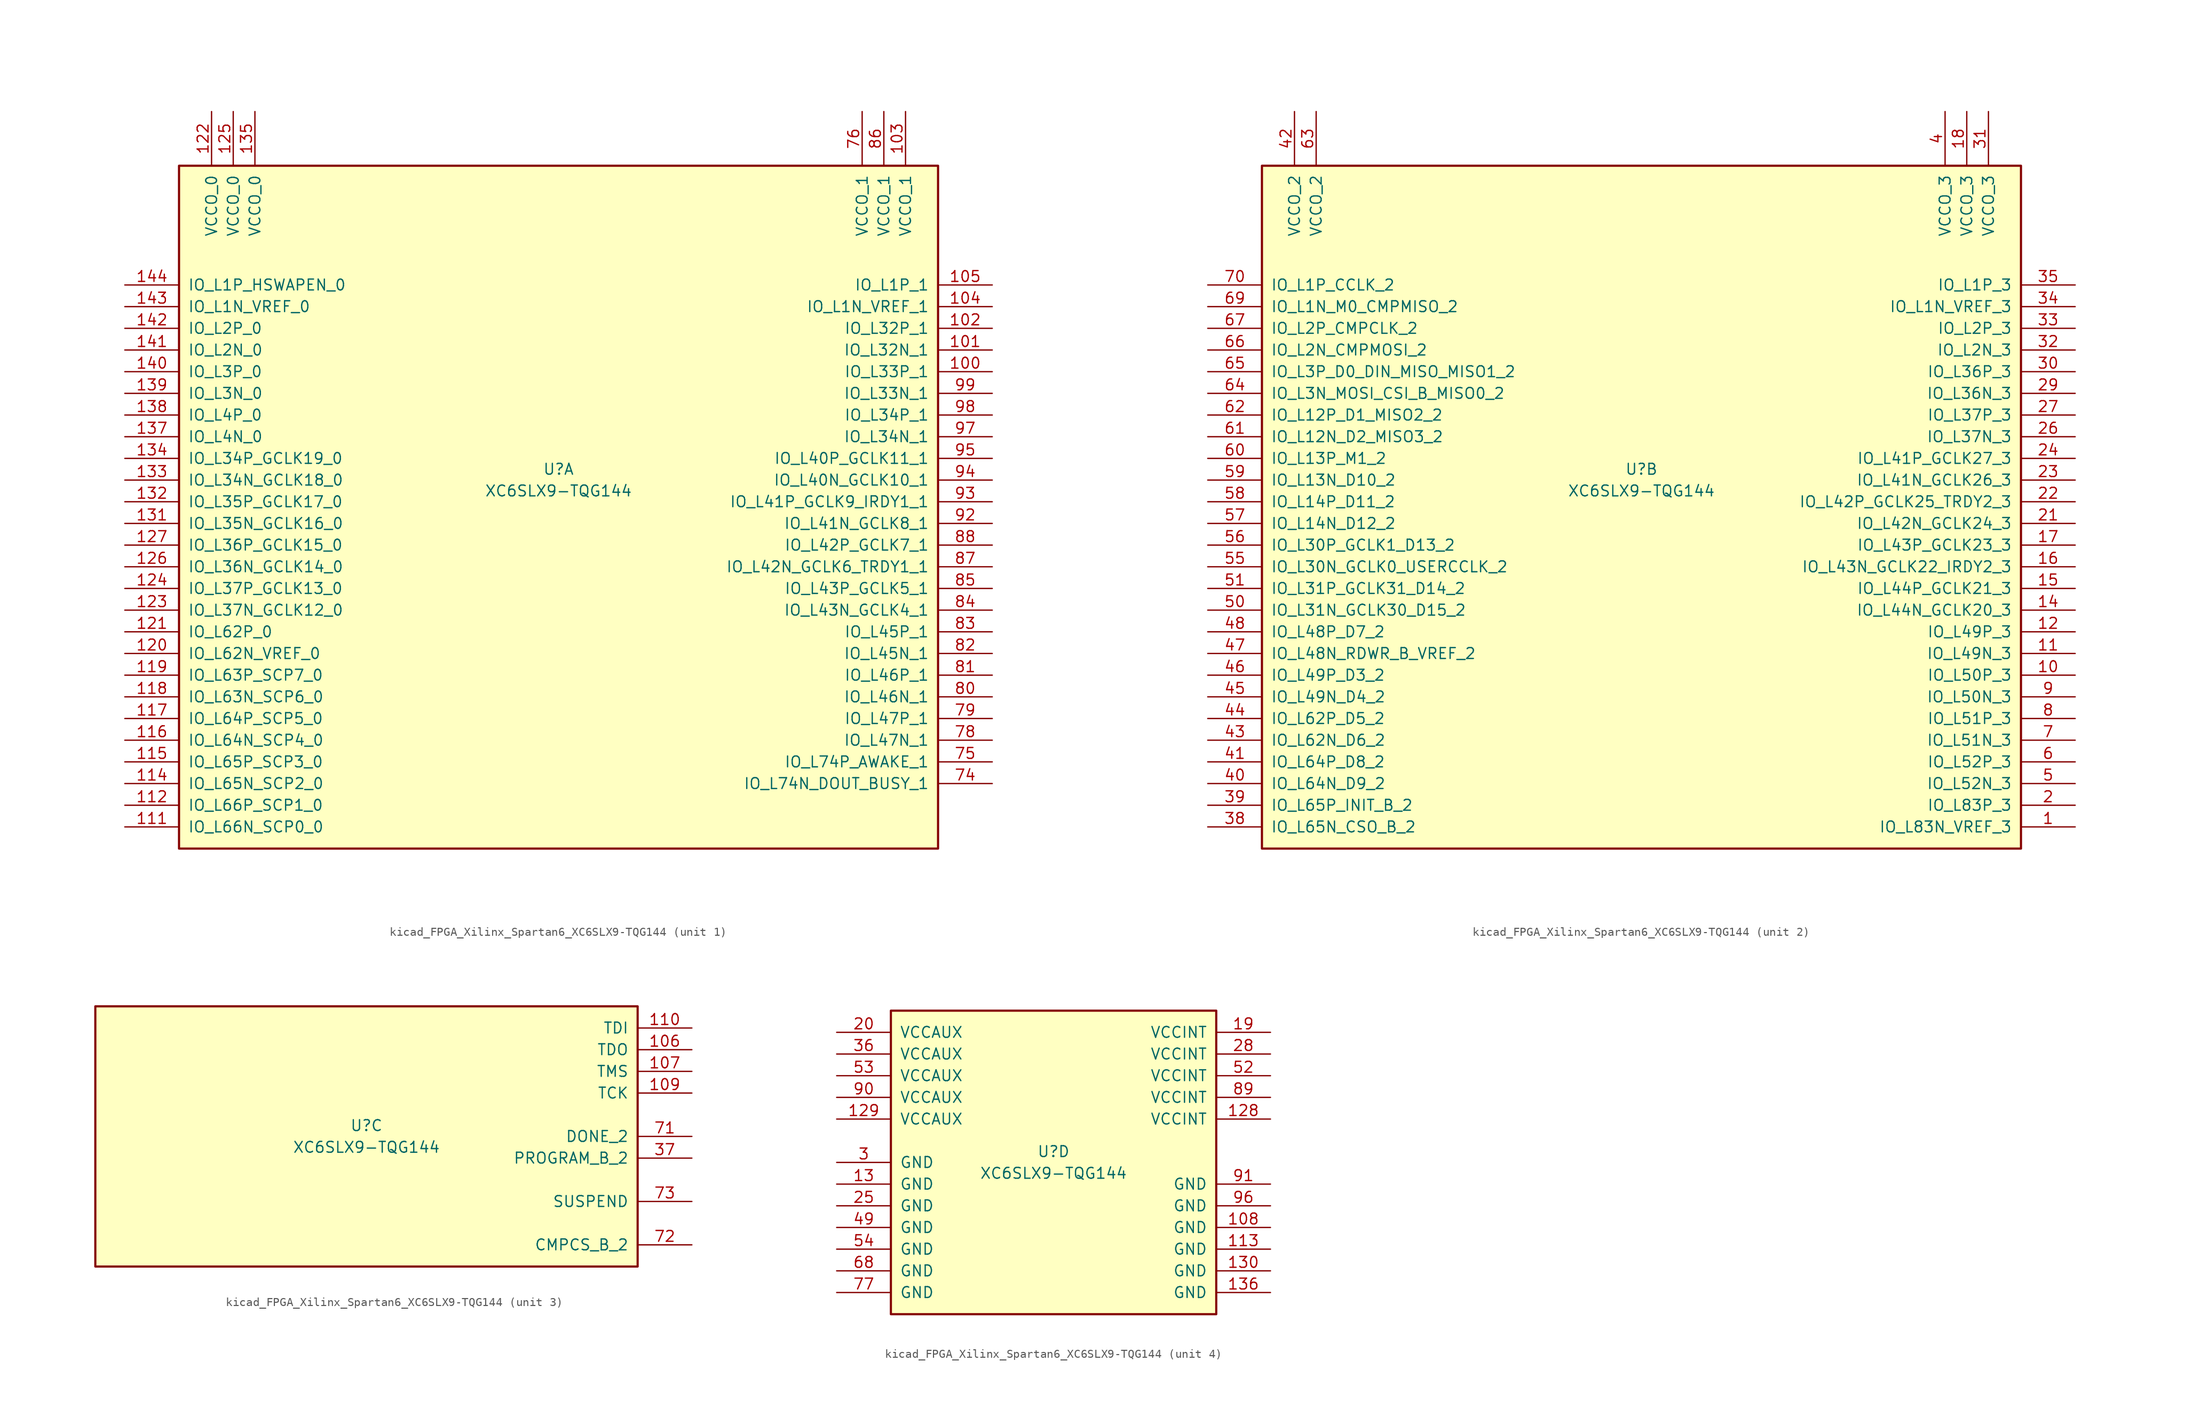
<source format=kicad_sym>
(kicad_symbol_lib
  (version 20220914)
  (generator kicad_symbol_editor)
  (symbol "kicad_FPGA_Xilinx_Spartan6_XC6SLX9-TQG144"
    (pin_names
      (offset 1.016))
    (property "Reference" "U"
      (at 0 1.27 0)
      (effects (font (size 1.27 1.27))))
    (property "Value" "XC6SLX9-TQG144"
      (at 0 -1.27 0)
      (effects (font (size 1.27 1.27))))
    (property "Datasheet" ""
      (at 0 0 0)
      (effects (font (size 1.27 1.27))))
    (property "ki_locked" ""
      (at 0 0 0)
      (effects (font (size 1.27 1.27))))
    (symbol "kicad_FPGA_Xilinx_Spartan6_XC6SLX9-TQG144_1_1"
      (rectangle (start -44.45 36.83) (end 44.45 -43.18) (stroke (width 0.254) (type default)) (fill (type background)))
      (pin bidirectional line (at 50.8 12.7 180) (length 6.35) (name "IO_L33P_1" (effects (font (size 1.27 1.27)))) (number "100" (effects (font (size 1.27 1.27)))))
      (pin bidirectional line (at 50.8 15.24 180) (length 6.35) (name "IO_L32N_1" (effects (font (size 1.27 1.27)))) (number "101" (effects (font (size 1.27 1.27)))))
      (pin bidirectional line (at 50.8 17.78 180) (length 6.35) (name "IO_L32P_1" (effects (font (size 1.27 1.27)))) (number "102" (effects (font (size 1.27 1.27)))))
      (pin power_in line (at 40.64 43.18 270) (length 6.35) (name "VCCO_1" (effects (font (size 1.27 1.27)))) (number "103" (effects (font (size 1.27 1.27)))))
      (pin bidirectional line (at 50.8 20.32 180) (length 6.35) (name "IO_L1N_VREF_1" (effects (font (size 1.27 1.27)))) (number "104" (effects (font (size 1.27 1.27)))))
      (pin bidirectional line (at 50.8 22.86 180) (length 6.35) (name "IO_L1P_1" (effects (font (size 1.27 1.27)))) (number "105" (effects (font (size 1.27 1.27)))))
      (pin bidirectional line (at -50.8 -40.64 0) (length 6.35) (name "IO_L66N_SCP0_0" (effects (font (size 1.27 1.27)))) (number "111" (effects (font (size 1.27 1.27)))))
      (pin bidirectional line (at -50.8 -38.1 0) (length 6.35) (name "IO_L66P_SCP1_0" (effects (font (size 1.27 1.27)))) (number "112" (effects (font (size 1.27 1.27)))))
      (pin bidirectional line (at -50.8 -35.56 0) (length 6.35) (name "IO_L65N_SCP2_0" (effects (font (size 1.27 1.27)))) (number "114" (effects (font (size 1.27 1.27)))))
      (pin bidirectional line (at -50.8 -33.02 0) (length 6.35) (name "IO_L65P_SCP3_0" (effects (font (size 1.27 1.27)))) (number "115" (effects (font (size 1.27 1.27)))))
      (pin bidirectional line (at -50.8 -30.48 0) (length 6.35) (name "IO_L64N_SCP4_0" (effects (font (size 1.27 1.27)))) (number "116" (effects (font (size 1.27 1.27)))))
      (pin bidirectional line (at -50.8 -27.94 0) (length 6.35) (name "IO_L64P_SCP5_0" (effects (font (size 1.27 1.27)))) (number "117" (effects (font (size 1.27 1.27)))))
      (pin bidirectional line (at -50.8 -25.4 0) (length 6.35) (name "IO_L63N_SCP6_0" (effects (font (size 1.27 1.27)))) (number "118" (effects (font (size 1.27 1.27)))))
      (pin bidirectional line (at -50.8 -22.86 0) (length 6.35) (name "IO_L63P_SCP7_0" (effects (font (size 1.27 1.27)))) (number "119" (effects (font (size 1.27 1.27)))))
      (pin bidirectional line (at -50.8 -20.32 0) (length 6.35) (name "IO_L62N_VREF_0" (effects (font (size 1.27 1.27)))) (number "120" (effects (font (size 1.27 1.27)))))
      (pin bidirectional line (at -50.8 -17.78 0) (length 6.35) (name "IO_L62P_0" (effects (font (size 1.27 1.27)))) (number "121" (effects (font (size 1.27 1.27)))))
      (pin power_in line (at -40.64 43.18 270) (length 6.35) (name "VCCO_0" (effects (font (size 1.27 1.27)))) (number "122" (effects (font (size 1.27 1.27)))))
      (pin bidirectional line (at -50.8 -15.24 0) (length 6.35) (name "IO_L37N_GCLK12_0" (effects (font (size 1.27 1.27)))) (number "123" (effects (font (size 1.27 1.27)))))
      (pin bidirectional line (at -50.8 -12.7 0) (length 6.35) (name "IO_L37P_GCLK13_0" (effects (font (size 1.27 1.27)))) (number "124" (effects (font (size 1.27 1.27)))))
      (pin power_in line (at -38.1 43.18 270) (length 6.35) (name "VCCO_0" (effects (font (size 1.27 1.27)))) (number "125" (effects (font (size 1.27 1.27)))))
      (pin bidirectional line (at -50.8 -10.16 0) (length 6.35) (name "IO_L36N_GCLK14_0" (effects (font (size 1.27 1.27)))) (number "126" (effects (font (size 1.27 1.27)))))
      (pin bidirectional line (at -50.8 -7.62 0) (length 6.35) (name "IO_L36P_GCLK15_0" (effects (font (size 1.27 1.27)))) (number "127" (effects (font (size 1.27 1.27)))))
      (pin bidirectional line (at -50.8 -5.08 0) (length 6.35) (name "IO_L35N_GCLK16_0" (effects (font (size 1.27 1.27)))) (number "131" (effects (font (size 1.27 1.27)))))
      (pin bidirectional line (at -50.8 -2.54 0) (length 6.35) (name "IO_L35P_GCLK17_0" (effects (font (size 1.27 1.27)))) (number "132" (effects (font (size 1.27 1.27)))))
      (pin bidirectional line (at -50.8 0 0) (length 6.35) (name "IO_L34N_GCLK18_0" (effects (font (size 1.27 1.27)))) (number "133" (effects (font (size 1.27 1.27)))))
      (pin bidirectional line (at -50.8 2.54 0) (length 6.35) (name "IO_L34P_GCLK19_0" (effects (font (size 1.27 1.27)))) (number "134" (effects (font (size 1.27 1.27)))))
      (pin power_in line (at -35.56 43.18 270) (length 6.35) (name "VCCO_0" (effects (font (size 1.27 1.27)))) (number "135" (effects (font (size 1.27 1.27)))))
      (pin bidirectional line (at -50.8 5.08 0) (length 6.35) (name "IO_L4N_0" (effects (font (size 1.27 1.27)))) (number "137" (effects (font (size 1.27 1.27)))))
      (pin bidirectional line (at -50.8 7.62 0) (length 6.35) (name "IO_L4P_0" (effects (font (size 1.27 1.27)))) (number "138" (effects (font (size 1.27 1.27)))))
      (pin bidirectional line (at -50.8 10.16 0) (length 6.35) (name "IO_L3N_0" (effects (font (size 1.27 1.27)))) (number "139" (effects (font (size 1.27 1.27)))))
      (pin bidirectional line (at -50.8 12.7 0) (length 6.35) (name "IO_L3P_0" (effects (font (size 1.27 1.27)))) (number "140" (effects (font (size 1.27 1.27)))))
      (pin bidirectional line (at -50.8 15.24 0) (length 6.35) (name "IO_L2N_0" (effects (font (size 1.27 1.27)))) (number "141" (effects (font (size 1.27 1.27)))))
      (pin bidirectional line (at -50.8 17.78 0) (length 6.35) (name "IO_L2P_0" (effects (font (size 1.27 1.27)))) (number "142" (effects (font (size 1.27 1.27)))))
      (pin bidirectional line (at -50.8 20.32 0) (length 6.35) (name "IO_L1N_VREF_0" (effects (font (size 1.27 1.27)))) (number "143" (effects (font (size 1.27 1.27)))))
      (pin bidirectional line (at -50.8 22.86 0) (length 6.35) (name "IO_L1P_HSWAPEN_0" (effects (font (size 1.27 1.27)))) (number "144" (effects (font (size 1.27 1.27)))))
      (pin bidirectional line (at 50.8 -35.56 180) (length 6.35) (name "IO_L74N_DOUT_BUSY_1" (effects (font (size 1.27 1.27)))) (number "74" (effects (font (size 1.27 1.27)))))
      (pin bidirectional line (at 50.8 -33.02 180) (length 6.35) (name "IO_L74P_AWAKE_1" (effects (font (size 1.27 1.27)))) (number "75" (effects (font (size 1.27 1.27)))))
      (pin power_in line (at 35.56 43.18 270) (length 6.35) (name "VCCO_1" (effects (font (size 1.27 1.27)))) (number "76" (effects (font (size 1.27 1.27)))))
      (pin bidirectional line (at 50.8 -30.48 180) (length 6.35) (name "IO_L47N_1" (effects (font (size 1.27 1.27)))) (number "78" (effects (font (size 1.27 1.27)))))
      (pin bidirectional line (at 50.8 -27.94 180) (length 6.35) (name "IO_L47P_1" (effects (font (size 1.27 1.27)))) (number "79" (effects (font (size 1.27 1.27)))))
      (pin bidirectional line (at 50.8 -25.4 180) (length 6.35) (name "IO_L46N_1" (effects (font (size 1.27 1.27)))) (number "80" (effects (font (size 1.27 1.27)))))
      (pin bidirectional line (at 50.8 -22.86 180) (length 6.35) (name "IO_L46P_1" (effects (font (size 1.27 1.27)))) (number "81" (effects (font (size 1.27 1.27)))))
      (pin bidirectional line (at 50.8 -20.32 180) (length 6.35) (name "IO_L45N_1" (effects (font (size 1.27 1.27)))) (number "82" (effects (font (size 1.27 1.27)))))
      (pin bidirectional line (at 50.8 -17.78 180) (length 6.35) (name "IO_L45P_1" (effects (font (size 1.27 1.27)))) (number "83" (effects (font (size 1.27 1.27)))))
      (pin bidirectional line (at 50.8 -15.24 180) (length 6.35) (name "IO_L43N_GCLK4_1" (effects (font (size 1.27 1.27)))) (number "84" (effects (font (size 1.27 1.27)))))
      (pin bidirectional line (at 50.8 -12.7 180) (length 6.35) (name "IO_L43P_GCLK5_1" (effects (font (size 1.27 1.27)))) (number "85" (effects (font (size 1.27 1.27)))))
      (pin power_in line (at 38.1 43.18 270) (length 6.35) (name "VCCO_1" (effects (font (size 1.27 1.27)))) (number "86" (effects (font (size 1.27 1.27)))))
      (pin bidirectional line (at 50.8 -10.16 180) (length 6.35) (name "IO_L42N_GCLK6_TRDY1_1" (effects (font (size 1.27 1.27)))) (number "87" (effects (font (size 1.27 1.27)))))
      (pin bidirectional line (at 50.8 -7.62 180) (length 6.35) (name "IO_L42P_GCLK7_1" (effects (font (size 1.27 1.27)))) (number "88" (effects (font (size 1.27 1.27)))))
      (pin bidirectional line (at 50.8 -5.08 180) (length 6.35) (name "IO_L41N_GCLK8_1" (effects (font (size 1.27 1.27)))) (number "92" (effects (font (size 1.27 1.27)))))
      (pin bidirectional line (at 50.8 -2.54 180) (length 6.35) (name "IO_L41P_GCLK9_IRDY1_1" (effects (font (size 1.27 1.27)))) (number "93" (effects (font (size 1.27 1.27)))))
      (pin bidirectional line (at 50.8 0 180) (length 6.35) (name "IO_L40N_GCLK10_1" (effects (font (size 1.27 1.27)))) (number "94" (effects (font (size 1.27 1.27)))))
      (pin bidirectional line (at 50.8 2.54 180) (length 6.35) (name "IO_L40P_GCLK11_1" (effects (font (size 1.27 1.27)))) (number "95" (effects (font (size 1.27 1.27)))))
      (pin bidirectional line (at 50.8 5.08 180) (length 6.35) (name "IO_L34N_1" (effects (font (size 1.27 1.27)))) (number "97" (effects (font (size 1.27 1.27)))))
      (pin bidirectional line (at 50.8 7.62 180) (length 6.35) (name "IO_L34P_1" (effects (font (size 1.27 1.27)))) (number "98" (effects (font (size 1.27 1.27)))))
      (pin bidirectional line (at 50.8 10.16 180) (length 6.35) (name "IO_L33N_1" (effects (font (size 1.27 1.27)))) (number "99" (effects (font (size 1.27 1.27))))))
    (symbol "kicad_FPGA_Xilinx_Spartan6_XC6SLX9-TQG144_2_1"
      (rectangle (start -44.45 36.83) (end 44.45 -43.18) (stroke (width 0.254) (type default)) (fill (type background)))
      (pin bidirectional line (at 50.8 -40.64 180) (length 6.35) (name "IO_L83N_VREF_3" (effects (font (size 1.27 1.27)))) (number "1" (effects (font (size 1.27 1.27)))))
      (pin bidirectional line (at 50.8 -22.86 180) (length 6.35) (name "IO_L50P_3" (effects (font (size 1.27 1.27)))) (number "10" (effects (font (size 1.27 1.27)))))
      (pin bidirectional line (at 50.8 -20.32 180) (length 6.35) (name "IO_L49N_3" (effects (font (size 1.27 1.27)))) (number "11" (effects (font (size 1.27 1.27)))))
      (pin bidirectional line (at 50.8 -17.78 180) (length 6.35) (name "IO_L49P_3" (effects (font (size 1.27 1.27)))) (number "12" (effects (font (size 1.27 1.27)))))
      (pin bidirectional line (at 50.8 -15.24 180) (length 6.35) (name "IO_L44N_GCLK20_3" (effects (font (size 1.27 1.27)))) (number "14" (effects (font (size 1.27 1.27)))))
      (pin bidirectional line (at 50.8 -12.7 180) (length 6.35) (name "IO_L44P_GCLK21_3" (effects (font (size 1.27 1.27)))) (number "15" (effects (font (size 1.27 1.27)))))
      (pin bidirectional line (at 50.8 -10.16 180) (length 6.35) (name "IO_L43N_GCLK22_IRDY2_3" (effects (font (size 1.27 1.27)))) (number "16" (effects (font (size 1.27 1.27)))))
      (pin bidirectional line (at 50.8 -7.62 180) (length 6.35) (name "IO_L43P_GCLK23_3" (effects (font (size 1.27 1.27)))) (number "17" (effects (font (size 1.27 1.27)))))
      (pin power_in line (at 38.1 43.18 270) (length 6.35) (name "VCCO_3" (effects (font (size 1.27 1.27)))) (number "18" (effects (font (size 1.27 1.27)))))
      (pin bidirectional line (at 50.8 -38.1 180) (length 6.35) (name "IO_L83P_3" (effects (font (size 1.27 1.27)))) (number "2" (effects (font (size 1.27 1.27)))))
      (pin bidirectional line (at 50.8 -5.08 180) (length 6.35) (name "IO_L42N_GCLK24_3" (effects (font (size 1.27 1.27)))) (number "21" (effects (font (size 1.27 1.27)))))
      (pin bidirectional line (at 50.8 -2.54 180) (length 6.35) (name "IO_L42P_GCLK25_TRDY2_3" (effects (font (size 1.27 1.27)))) (number "22" (effects (font (size 1.27 1.27)))))
      (pin bidirectional line (at 50.8 0 180) (length 6.35) (name "IO_L41N_GCLK26_3" (effects (font (size 1.27 1.27)))) (number "23" (effects (font (size 1.27 1.27)))))
      (pin bidirectional line (at 50.8 2.54 180) (length 6.35) (name "IO_L41P_GCLK27_3" (effects (font (size 1.27 1.27)))) (number "24" (effects (font (size 1.27 1.27)))))
      (pin bidirectional line (at 50.8 5.08 180) (length 6.35) (name "IO_L37N_3" (effects (font (size 1.27 1.27)))) (number "26" (effects (font (size 1.27 1.27)))))
      (pin bidirectional line (at 50.8 7.62 180) (length 6.35) (name "IO_L37P_3" (effects (font (size 1.27 1.27)))) (number "27" (effects (font (size 1.27 1.27)))))
      (pin bidirectional line (at 50.8 10.16 180) (length 6.35) (name "IO_L36N_3" (effects (font (size 1.27 1.27)))) (number "29" (effects (font (size 1.27 1.27)))))
      (pin bidirectional line (at 50.8 12.7 180) (length 6.35) (name "IO_L36P_3" (effects (font (size 1.27 1.27)))) (number "30" (effects (font (size 1.27 1.27)))))
      (pin power_in line (at 40.64 43.18 270) (length 6.35) (name "VCCO_3" (effects (font (size 1.27 1.27)))) (number "31" (effects (font (size 1.27 1.27)))))
      (pin bidirectional line (at 50.8 15.24 180) (length 6.35) (name "IO_L2N_3" (effects (font (size 1.27 1.27)))) (number "32" (effects (font (size 1.27 1.27)))))
      (pin bidirectional line (at 50.8 17.78 180) (length 6.35) (name "IO_L2P_3" (effects (font (size 1.27 1.27)))) (number "33" (effects (font (size 1.27 1.27)))))
      (pin bidirectional line (at 50.8 20.32 180) (length 6.35) (name "IO_L1N_VREF_3" (effects (font (size 1.27 1.27)))) (number "34" (effects (font (size 1.27 1.27)))))
      (pin bidirectional line (at 50.8 22.86 180) (length 6.35) (name "IO_L1P_3" (effects (font (size 1.27 1.27)))) (number "35" (effects (font (size 1.27 1.27)))))
      (pin bidirectional line (at -50.8 -40.64 0) (length 6.35) (name "IO_L65N_CSO_B_2" (effects (font (size 1.27 1.27)))) (number "38" (effects (font (size 1.27 1.27)))))
      (pin bidirectional line (at -50.8 -38.1 0) (length 6.35) (name "IO_L65P_INIT_B_2" (effects (font (size 1.27 1.27)))) (number "39" (effects (font (size 1.27 1.27)))))
      (pin power_in line (at 35.56 43.18 270) (length 6.35) (name "VCCO_3" (effects (font (size 1.27 1.27)))) (number "4" (effects (font (size 1.27 1.27)))))
      (pin bidirectional line (at -50.8 -35.56 0) (length 6.35) (name "IO_L64N_D9_2" (effects (font (size 1.27 1.27)))) (number "40" (effects (font (size 1.27 1.27)))))
      (pin bidirectional line (at -50.8 -33.02 0) (length 6.35) (name "IO_L64P_D8_2" (effects (font (size 1.27 1.27)))) (number "41" (effects (font (size 1.27 1.27)))))
      (pin power_in line (at -40.64 43.18 270) (length 6.35) (name "VCCO_2" (effects (font (size 1.27 1.27)))) (number "42" (effects (font (size 1.27 1.27)))))
      (pin bidirectional line (at -50.8 -30.48 0) (length 6.35) (name "IO_L62N_D6_2" (effects (font (size 1.27 1.27)))) (number "43" (effects (font (size 1.27 1.27)))))
      (pin bidirectional line (at -50.8 -27.94 0) (length 6.35) (name "IO_L62P_D5_2" (effects (font (size 1.27 1.27)))) (number "44" (effects (font (size 1.27 1.27)))))
      (pin bidirectional line (at -50.8 -25.4 0) (length 6.35) (name "IO_L49N_D4_2" (effects (font (size 1.27 1.27)))) (number "45" (effects (font (size 1.27 1.27)))))
      (pin bidirectional line (at -50.8 -22.86 0) (length 6.35) (name "IO_L49P_D3_2" (effects (font (size 1.27 1.27)))) (number "46" (effects (font (size 1.27 1.27)))))
      (pin bidirectional line (at -50.8 -20.32 0) (length 6.35) (name "IO_L48N_RDWR_B_VREF_2" (effects (font (size 1.27 1.27)))) (number "47" (effects (font (size 1.27 1.27)))))
      (pin bidirectional line (at -50.8 -17.78 0) (length 6.35) (name "IO_L48P_D7_2" (effects (font (size 1.27 1.27)))) (number "48" (effects (font (size 1.27 1.27)))))
      (pin bidirectional line (at 50.8 -35.56 180) (length 6.35) (name "IO_L52N_3" (effects (font (size 1.27 1.27)))) (number "5" (effects (font (size 1.27 1.27)))))
      (pin bidirectional line (at -50.8 -15.24 0) (length 6.35) (name "IO_L31N_GCLK30_D15_2" (effects (font (size 1.27 1.27)))) (number "50" (effects (font (size 1.27 1.27)))))
      (pin bidirectional line (at -50.8 -12.7 0) (length 6.35) (name "IO_L31P_GCLK31_D14_2" (effects (font (size 1.27 1.27)))) (number "51" (effects (font (size 1.27 1.27)))))
      (pin bidirectional line (at -50.8 -10.16 0) (length 6.35) (name "IO_L30N_GCLK0_USERCCLK_2" (effects (font (size 1.27 1.27)))) (number "55" (effects (font (size 1.27 1.27)))))
      (pin bidirectional line (at -50.8 -7.62 0) (length 6.35) (name "IO_L30P_GCLK1_D13_2" (effects (font (size 1.27 1.27)))) (number "56" (effects (font (size 1.27 1.27)))))
      (pin bidirectional line (at -50.8 -5.08 0) (length 6.35) (name "IO_L14N_D12_2" (effects (font (size 1.27 1.27)))) (number "57" (effects (font (size 1.27 1.27)))))
      (pin bidirectional line (at -50.8 -2.54 0) (length 6.35) (name "IO_L14P_D11_2" (effects (font (size 1.27 1.27)))) (number "58" (effects (font (size 1.27 1.27)))))
      (pin bidirectional line (at -50.8 0 0) (length 6.35) (name "IO_L13N_D10_2" (effects (font (size 1.27 1.27)))) (number "59" (effects (font (size 1.27 1.27)))))
      (pin bidirectional line (at 50.8 -33.02 180) (length 6.35) (name "IO_L52P_3" (effects (font (size 1.27 1.27)))) (number "6" (effects (font (size 1.27 1.27)))))
      (pin bidirectional line (at -50.8 2.54 0) (length 6.35) (name "IO_L13P_M1_2" (effects (font (size 1.27 1.27)))) (number "60" (effects (font (size 1.27 1.27)))))
      (pin bidirectional line (at -50.8 5.08 0) (length 6.35) (name "IO_L12N_D2_MISO3_2" (effects (font (size 1.27 1.27)))) (number "61" (effects (font (size 1.27 1.27)))))
      (pin bidirectional line (at -50.8 7.62 0) (length 6.35) (name "IO_L12P_D1_MISO2_2" (effects (font (size 1.27 1.27)))) (number "62" (effects (font (size 1.27 1.27)))))
      (pin power_in line (at -38.1 43.18 270) (length 6.35) (name "VCCO_2" (effects (font (size 1.27 1.27)))) (number "63" (effects (font (size 1.27 1.27)))))
      (pin bidirectional line (at -50.8 10.16 0) (length 6.35) (name "IO_L3N_MOSI_CSI_B_MISO0_2" (effects (font (size 1.27 1.27)))) (number "64" (effects (font (size 1.27 1.27)))))
      (pin bidirectional line (at -50.8 12.7 0) (length 6.35) (name "IO_L3P_D0_DIN_MISO_MISO1_2" (effects (font (size 1.27 1.27)))) (number "65" (effects (font (size 1.27 1.27)))))
      (pin bidirectional line (at -50.8 15.24 0) (length 6.35) (name "IO_L2N_CMPMOSI_2" (effects (font (size 1.27 1.27)))) (number "66" (effects (font (size 1.27 1.27)))))
      (pin bidirectional line (at -50.8 17.78 0) (length 6.35) (name "IO_L2P_CMPCLK_2" (effects (font (size 1.27 1.27)))) (number "67" (effects (font (size 1.27 1.27)))))
      (pin bidirectional line (at -50.8 20.32 0) (length 6.35) (name "IO_L1N_M0_CMPMISO_2" (effects (font (size 1.27 1.27)))) (number "69" (effects (font (size 1.27 1.27)))))
      (pin bidirectional line (at 50.8 -30.48 180) (length 6.35) (name "IO_L51N_3" (effects (font (size 1.27 1.27)))) (number "7" (effects (font (size 1.27 1.27)))))
      (pin bidirectional line (at -50.8 22.86 0) (length 6.35) (name "IO_L1P_CCLK_2" (effects (font (size 1.27 1.27)))) (number "70" (effects (font (size 1.27 1.27)))))
      (pin bidirectional line (at 50.8 -27.94 180) (length 6.35) (name "IO_L51P_3" (effects (font (size 1.27 1.27)))) (number "8" (effects (font (size 1.27 1.27)))))
      (pin bidirectional line (at 50.8 -25.4 180) (length 6.35) (name "IO_L50N_3" (effects (font (size 1.27 1.27)))) (number "9" (effects (font (size 1.27 1.27))))))
    (symbol "kicad_FPGA_Xilinx_Spartan6_XC6SLX9-TQG144_3_1"
      (rectangle (start -31.75 15.24) (end 31.75 -15.24) (stroke (width 0.254) (type default)) (fill (type background)))
      (pin bidirectional line (at 38.1 10.16 180) (length 6.35) (name "TDO" (effects (font (size 1.27 1.27)))) (number "106" (effects (font (size 1.27 1.27)))))
      (pin bidirectional line (at 38.1 7.62 180) (length 6.35) (name "TMS" (effects (font (size 1.27 1.27)))) (number "107" (effects (font (size 1.27 1.27)))))
      (pin bidirectional line (at 38.1 5.08 180) (length 6.35) (name "TCK" (effects (font (size 1.27 1.27)))) (number "109" (effects (font (size 1.27 1.27)))))
      (pin bidirectional line (at 38.1 12.7 180) (length 6.35) (name "TDI" (effects (font (size 1.27 1.27)))) (number "110" (effects (font (size 1.27 1.27)))))
      (pin bidirectional line (at 38.1 -2.54 180) (length 6.35) (name "PROGRAM_B_2" (effects (font (size 1.27 1.27)))) (number "37" (effects (font (size 1.27 1.27)))))
      (pin bidirectional line (at 38.1 0 180) (length 6.35) (name "DONE_2" (effects (font (size 1.27 1.27)))) (number "71" (effects (font (size 1.27 1.27)))))
      (pin bidirectional line (at 38.1 -12.7 180) (length 6.35) (name "CMPCS_B_2" (effects (font (size 1.27 1.27)))) (number "72" (effects (font (size 1.27 1.27)))))
      (pin bidirectional line (at 38.1 -7.62 180) (length 6.35) (name "SUSPEND" (effects (font (size 1.27 1.27)))) (number "73" (effects (font (size 1.27 1.27))))))
    (symbol "kicad_FPGA_Xilinx_Spartan6_XC6SLX9-TQG144_4_1"
      (rectangle (start -19.05 17.78) (end 19.05 -17.78) (stroke (width 0.254) (type default)) (fill (type background)))
      (pin power_in line (at 25.4 -7.62 180) (length 6.35) (name "GND" (effects (font (size 1.27 1.27)))) (number "108" (effects (font (size 1.27 1.27)))))
      (pin power_in line (at 25.4 -10.16 180) (length 6.35) (name "GND" (effects (font (size 1.27 1.27)))) (number "113" (effects (font (size 1.27 1.27)))))
      (pin power_in line (at 25.4 5.08 180) (length 6.35) (name "VCCINT" (effects (font (size 1.27 1.27)))) (number "128" (effects (font (size 1.27 1.27)))))
      (pin power_in line (at -25.4 5.08 0) (length 6.35) (name "VCCAUX" (effects (font (size 1.27 1.27)))) (number "129" (effects (font (size 1.27 1.27)))))
      (pin power_in line (at -25.4 -2.54 0) (length 6.35) (name "GND" (effects (font (size 1.27 1.27)))) (number "13" (effects (font (size 1.27 1.27)))))
      (pin power_in line (at 25.4 -12.7 180) (length 6.35) (name "GND" (effects (font (size 1.27 1.27)))) (number "130" (effects (font (size 1.27 1.27)))))
      (pin power_in line (at 25.4 -15.24 180) (length 6.35) (name "GND" (effects (font (size 1.27 1.27)))) (number "136" (effects (font (size 1.27 1.27)))))
      (pin power_in line (at 25.4 15.24 180) (length 6.35) (name "VCCINT" (effects (font (size 1.27 1.27)))) (number "19" (effects (font (size 1.27 1.27)))))
      (pin power_in line (at -25.4 15.24 0) (length 6.35) (name "VCCAUX" (effects (font (size 1.27 1.27)))) (number "20" (effects (font (size 1.27 1.27)))))
      (pin power_in line (at -25.4 -5.08 0) (length 6.35) (name "GND" (effects (font (size 1.27 1.27)))) (number "25" (effects (font (size 1.27 1.27)))))
      (pin power_in line (at 25.4 12.7 180) (length 6.35) (name "VCCINT" (effects (font (size 1.27 1.27)))) (number "28" (effects (font (size 1.27 1.27)))))
      (pin power_in line (at -25.4 0 0) (length 6.35) (name "GND" (effects (font (size 1.27 1.27)))) (number "3" (effects (font (size 1.27 1.27)))))
      (pin power_in line (at -25.4 12.7 0) (length 6.35) (name "VCCAUX" (effects (font (size 1.27 1.27)))) (number "36" (effects (font (size 1.27 1.27)))))
      (pin power_in line (at -25.4 -7.62 0) (length 6.35) (name "GND" (effects (font (size 1.27 1.27)))) (number "49" (effects (font (size 1.27 1.27)))))
      (pin power_in line (at 25.4 10.16 180) (length 6.35) (name "VCCINT" (effects (font (size 1.27 1.27)))) (number "52" (effects (font (size 1.27 1.27)))))
      (pin power_in line (at -25.4 10.16 0) (length 6.35) (name "VCCAUX" (effects (font (size 1.27 1.27)))) (number "53" (effects (font (size 1.27 1.27)))))
      (pin power_in line (at -25.4 -10.16 0) (length 6.35) (name "GND" (effects (font (size 1.27 1.27)))) (number "54" (effects (font (size 1.27 1.27)))))
      (pin power_in line (at -25.4 -12.7 0) (length 6.35) (name "GND" (effects (font (size 1.27 1.27)))) (number "68" (effects (font (size 1.27 1.27)))))
      (pin power_in line (at -25.4 -15.24 0) (length 6.35) (name "GND" (effects (font (size 1.27 1.27)))) (number "77" (effects (font (size 1.27 1.27)))))
      (pin power_in line (at 25.4 7.62 180) (length 6.35) (name "VCCINT" (effects (font (size 1.27 1.27)))) (number "89" (effects (font (size 1.27 1.27)))))
      (pin power_in line (at -25.4 7.62 0) (length 6.35) (name "VCCAUX" (effects (font (size 1.27 1.27)))) (number "90" (effects (font (size 1.27 1.27)))))
      (pin power_in line (at 25.4 -2.54 180) (length 6.35) (name "GND" (effects (font (size 1.27 1.27)))) (number "91" (effects (font (size 1.27 1.27)))))
      (pin power_in line (at 25.4 -5.08 180) (length 6.35) (name "GND" (effects (font (size 1.27 1.27)))) (number "96" (effects (font (size 1.27 1.27))))))))
</source>
